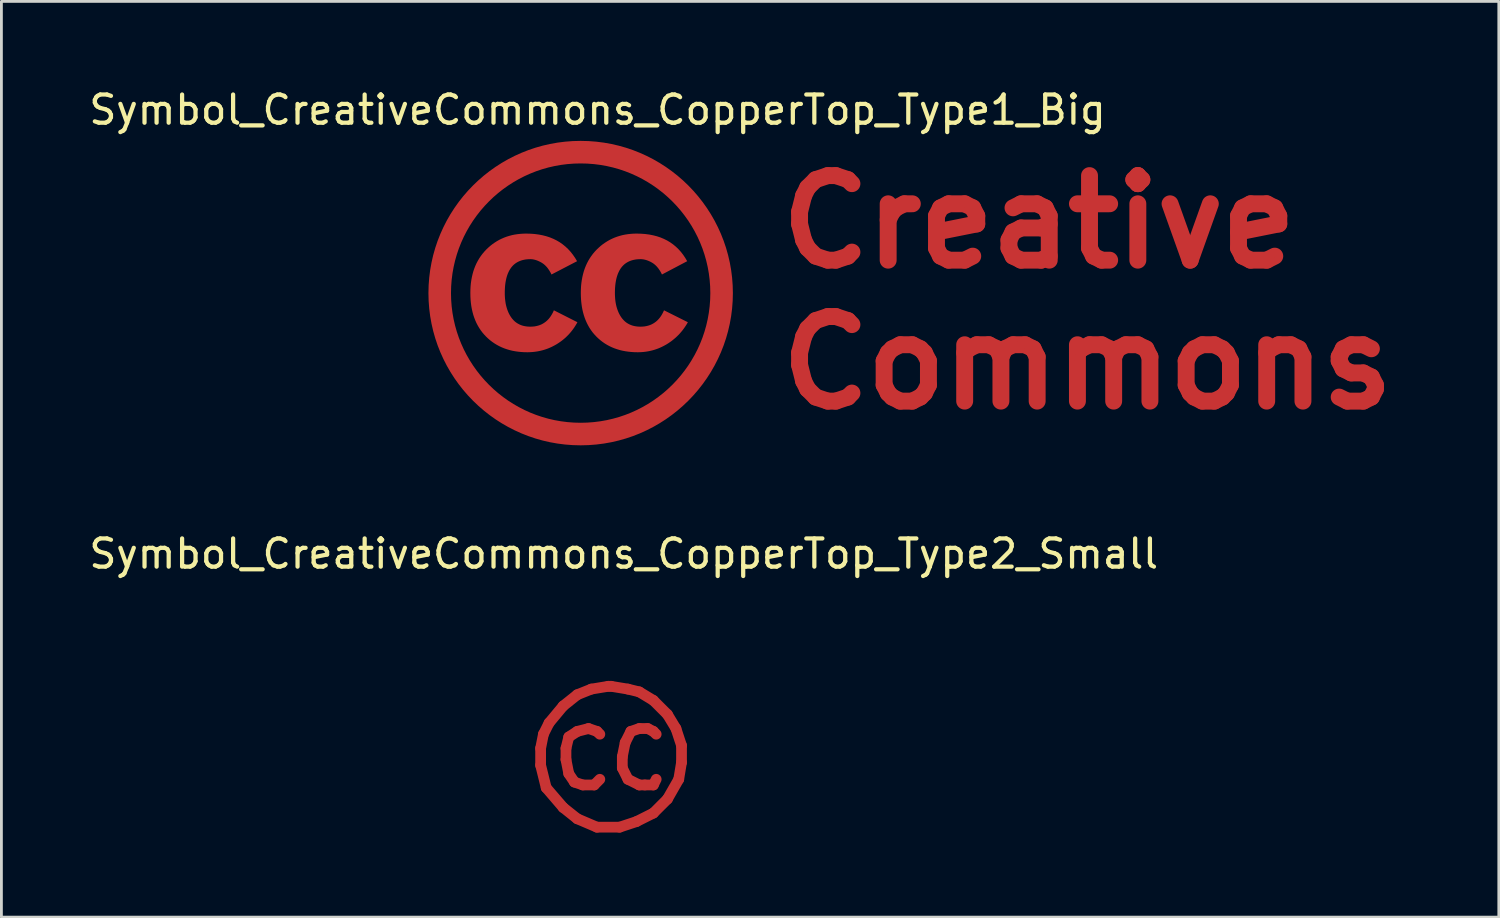
<source format=kicad_pcb>
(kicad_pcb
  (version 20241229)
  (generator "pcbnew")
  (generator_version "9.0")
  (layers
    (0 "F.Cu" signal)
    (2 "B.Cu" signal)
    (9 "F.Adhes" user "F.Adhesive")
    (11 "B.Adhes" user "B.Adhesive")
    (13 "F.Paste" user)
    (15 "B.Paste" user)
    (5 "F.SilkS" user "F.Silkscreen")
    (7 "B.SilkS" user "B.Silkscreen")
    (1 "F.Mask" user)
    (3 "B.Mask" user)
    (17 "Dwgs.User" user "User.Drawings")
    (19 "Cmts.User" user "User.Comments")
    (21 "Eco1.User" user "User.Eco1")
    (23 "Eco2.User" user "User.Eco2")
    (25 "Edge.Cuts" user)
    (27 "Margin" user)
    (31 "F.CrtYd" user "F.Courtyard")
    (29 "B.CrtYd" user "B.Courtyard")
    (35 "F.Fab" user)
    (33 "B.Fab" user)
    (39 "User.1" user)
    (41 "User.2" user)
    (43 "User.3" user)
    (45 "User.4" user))
  (footprint "Symbol_CreativeCommons_CopperTop_Type1_Big"
    (layer "F.Cu")
    (at 17.549 7.348)
    (property "Reference" "Symbol_CreativeCommons_CopperTop_Type1_Big" (at 0.599 -6.5 0) (layer "F.SilkS") (effects (font (size 1 1) (thickness 0.15))))
    (attr board_only exclude_from_pos_files exclude_from_bom allow_missing_courtyard)
    (fp_circle (center 0 0) (end 5 0) (stroke (width 0.8) (type default)) (fill no) (layer "F.Cu"))
    (fp_poly (pts (xy -1.775 -2.107) (xy -1.626 -2.096) (xy -1.483 -2.077) (xy -1.345 -2.05) (xy -1.213 -2.016) (xy -1.086 -1.974) (xy -0.965 -1.924) (xy -0.85 -1.867) (xy -0.74 -1.802) (xy -0.636 -1.729) (xy -0.537 -1.648) (xy -0.444 -1.56) (xy -0.357 -1.465) (xy -0.275 -1.361) (xy -0.198 -1.25) (xy -0.127 -1.132) (xy -0.127 -1.132) (xy -1.035 -0.66) (xy -1.053 -0.697) (xy -1.072 -0.733) (xy -1.092 -0.767) (xy -1.111 -0.8) (xy -1.132 -0.831) (xy -1.153 -0.861) (xy -1.174 -0.89) (xy -1.196 -0.917) (xy -1.219 -0.943) (xy -1.242 -0.967) (xy -1.266 -0.99) (xy -1.29 -1.011) (xy -1.314 -1.032) (xy -1.34 -1.05) (xy -1.365 -1.067) (xy -1.391 -1.083) (xy -1.418 -1.098) (xy -1.444 -1.112) (xy -1.47 -1.124) (xy -1.495 -1.136) (xy -1.521 -1.147) (xy -1.546 -1.157) (xy -1.571 -1.166) (xy -1.596 -1.174) (xy -1.62 -1.181) (xy -1.644 -1.187) (xy -1.668 -1.192) (xy -1.692 -1.197) (xy -1.715 -1.2) (xy -1.739 -1.202) (xy -1.762 -1.204) (xy -1.785 -1.204) (xy -1.84 -1.203) (xy -1.894 -1.199) (xy -1.947 -1.194) (xy -1.997 -1.185) (xy -2.046 -1.175) (xy -2.093 -1.162) (xy -2.138 -1.147) (xy -2.181 -1.129) (xy -2.223 -1.109) (xy -2.263 -1.087) (xy -2.301 -1.063) (xy -2.337 -1.036) (xy -2.372 -1.007) (xy -2.405 -0.975) (xy -2.436 -0.941) (xy -2.465 -0.905) (xy -2.492 -0.866) (xy -2.518 -0.825) (xy -2.542 -0.782) (xy -2.564 -0.736) (xy -2.585 -0.689) (xy -2.603 -0.638) (xy -2.62 -0.586) (xy -2.635 -0.531) (xy -2.648 -0.473) (xy -2.66 -0.414) (xy -2.67 -0.352) (xy -2.678 -0.287) (xy -2.684 -0.221) (xy -2.688 -0.152) (xy -2.691 -0.08) (xy -2.692 -0.007) (xy -2.691 0.06) (xy -2.688 0.126) (xy -2.684 0.19) (xy -2.677 0.252) (xy -2.669 0.312) (xy -2.66 0.371) (xy -2.648 0.428) (xy -2.634 0.483) (xy -2.619 0.536) (xy -2.602 0.588) (xy -2.583 0.638) (xy -2.563 0.687) (xy -2.54 0.734) (xy -2.516 0.779) (xy -2.49 0.822) (xy -2.462 0.864) (xy -2.433 0.903) (xy -2.401 0.94) (xy -2.368 0.975) (xy -2.334 1.007) (xy -2.316 1.022) (xy -2.297 1.036) (xy -2.278 1.05) (xy -2.259 1.063) (xy -2.239 1.075) (xy -2.219 1.087) (xy -2.199 1.098) (xy -2.178 1.109) (xy -2.135 1.128) (xy -2.09 1.145) (xy -2.043 1.159) (xy -1.995 1.17) (xy -1.945 1.179) (xy -1.893 1.186) (xy -1.84 1.189) (xy -1.785 1.191) (xy -1.712 1.188) (xy -1.642 1.182) (xy -1.575 1.17) (xy -1.51 1.154) (xy -1.448 1.134) (xy -1.389 1.109) (xy -1.333 1.079) (xy -1.28 1.045) (xy -1.229 1.007) (xy -1.181 0.964) (xy -1.135 0.916) (xy -1.093 0.864) (xy -1.053 0.807) (xy -1.016 0.746) (xy -0.981 0.68) (xy -0.95 0.61) (xy -0.115 1.033) (xy -0.149 1.095) (xy -0.185 1.154) (xy -0.222 1.212) (xy -0.261 1.268) (xy -0.302 1.323) (xy -0.344 1.376) (xy -0.388 1.427) (xy -0.433 1.477) (xy -0.48 1.524) (xy -0.528 1.571) (xy -0.578 1.615) (xy -0.63 1.658) (xy -0.684 1.7) (xy -0.739 1.739) (xy -0.795 1.777) (xy -0.853 1.814) (xy -0.913 1.848) (xy -0.973 1.88) (xy -1.033 1.91) (xy -1.095 1.938) (xy -1.157 1.964) (xy -1.22 1.987) (xy -1.284 2.008) (xy -1.349 2.027) (xy -1.414 2.043) (xy -1.481 2.058) (xy -1.547 2.07) (xy -1.615 2.08) (xy -1.684 2.088) (xy -1.753 2.093) (xy -1.823 2.097) (xy -1.893 2.098) (xy -2.005 2.096) (xy -2.115 2.089) (xy -2.221 2.078) (xy -2.325 2.063) (xy -2.426 2.044) (xy -2.524 2.02) (xy -2.62 1.991) (xy -2.713 1.959) (xy -2.803 1.922) (xy -2.89 1.881) (xy -2.975 1.835) (xy -3.057 1.785) (xy -3.136 1.731) (xy -3.213 1.672) (xy -3.286 1.609) (xy -3.357 1.541) (xy -3.424 1.47) (xy -3.487 1.396) (xy -3.546 1.317) (xy -3.6 1.236) (xy -3.65 1.151) (xy -3.696 1.063) (xy -3.737 0.971) (xy -3.774 0.876) (xy -3.807 0.778) (xy -3.835 0.676) (xy -3.859 0.571) (xy -3.879 0.462) (xy -3.894 0.35) (xy -3.905 0.235) (xy -3.911 0.116) (xy -3.913 -0.007) (xy -3.911 -0.126) (xy -3.905 -0.242) (xy -3.894 -0.355) (xy -3.878 -0.465) (xy -3.858 -0.572) (xy -3.834 -0.676) (xy -3.806 -0.777) (xy -3.773 -0.874) (xy -3.735 -0.969) (xy -3.694 -1.06) (xy -3.647 -1.148) (xy -3.597 -1.233) (xy -3.542 -1.315) (xy -3.483 -1.394) (xy -3.419 -1.47) (xy -3.351 -1.543) (xy -3.28 -1.611) (xy -3.206 -1.676) (xy -3.13 -1.736) (xy -3.051 -1.791) (xy -2.971 -1.842) (xy -2.888 -1.889) (xy -2.802 -1.931) (xy -2.714 -1.969) (xy -2.625 -2.002) (xy -2.532 -2.031) (xy -2.438 -2.056) (xy -2.341 -2.076) (xy -2.241 -2.091) (xy -2.14 -2.102) (xy -2.036 -2.109) (xy -1.93 -2.111)) (stroke (width 0) (type solid)) (fill yes) (layer "F.Cu"))
    (fp_poly (pts (xy 2.144 -2.107) (xy 2.292 -2.096) (xy 2.435 -2.077) (xy 2.573 -2.05) (xy 2.705 -2.016) (xy 2.831 -1.974) (xy 2.951 -1.924) (xy 3.066 -1.867) (xy 3.175 -1.802) (xy 3.278 -1.729) (xy 3.376 -1.648) (xy 3.468 -1.56) (xy 3.554 -1.465) (xy 3.635 -1.361) (xy 3.71 -1.25) (xy 3.779 -1.132) (xy 3.779 -1.132) (xy 2.884 -0.66) (xy 2.866 -0.697) (xy 2.847 -0.733) (xy 2.828 -0.767) (xy 2.808 -0.8) (xy 2.787 -0.831) (xy 2.766 -0.861) (xy 2.745 -0.89) (xy 2.722 -0.917) (xy 2.7 -0.943) (xy 2.677 -0.967) (xy 2.653 -0.99) (xy 2.629 -1.011) (xy 2.604 -1.032) (xy 2.579 -1.05) (xy 2.554 -1.067) (xy 2.527 -1.083) (xy 2.501 -1.098) (xy 2.475 -1.112) (xy 2.449 -1.124) (xy 2.423 -1.136) (xy 2.397 -1.147) (xy 2.371 -1.157) (xy 2.345 -1.166) (xy 2.32 -1.174) (xy 2.295 -1.181) (xy 2.27 -1.187) (xy 2.245 -1.192) (xy 2.22 -1.197) (xy 2.195 -1.2) (xy 2.171 -1.202) (xy 2.146 -1.204) (xy 2.122 -1.204) (xy 2.067 -1.203) (xy 2.012 -1.199) (xy 1.96 -1.194) (xy 1.91 -1.185) (xy 1.861 -1.175) (xy 1.814 -1.162) (xy 1.769 -1.147) (xy 1.725 -1.129) (xy 1.684 -1.109) (xy 1.644 -1.087) (xy 1.606 -1.063) (xy 1.569 -1.036) (xy 1.535 -1.007) (xy 1.502 -0.975) (xy 1.471 -0.941) (xy 1.442 -0.905) (xy 1.414 -0.866) (xy 1.389 -0.825) (xy 1.365 -0.782) (xy 1.343 -0.736) (xy 1.322 -0.689) (xy 1.304 -0.638) (xy 1.287 -0.586) (xy 1.272 -0.531) (xy 1.258 -0.473) (xy 1.247 -0.414) (xy 1.237 -0.352) (xy 1.229 -0.287) (xy 1.223 -0.221) (xy 1.218 -0.152) (xy 1.216 -0.08) (xy 1.215 -0.007) (xy 1.216 0.06) (xy 1.219 0.126) (xy 1.223 0.19) (xy 1.229 0.252) (xy 1.237 0.312) (xy 1.247 0.371) (xy 1.259 0.428) (xy 1.272 0.483) (xy 1.288 0.536) (xy 1.305 0.588) (xy 1.324 0.638) (xy 1.344 0.687) (xy 1.367 0.734) (xy 1.391 0.779) (xy 1.417 0.822) (xy 1.445 0.864) (xy 1.474 0.903) (xy 1.506 0.94) (xy 1.539 0.975) (xy 1.556 0.991) (xy 1.573 1.007) (xy 1.591 1.022) (xy 1.61 1.036) (xy 1.628 1.05) (xy 1.648 1.063) (xy 1.667 1.075) (xy 1.687 1.087) (xy 1.708 1.098) (xy 1.729 1.109) (xy 1.772 1.128) (xy 1.817 1.145) (xy 1.864 1.159) (xy 1.912 1.17) (xy 1.962 1.179) (xy 2.014 1.186) (xy 2.067 1.189) (xy 2.122 1.191) (xy 2.195 1.188) (xy 2.265 1.182) (xy 2.332 1.17) (xy 2.397 1.154) (xy 2.458 1.134) (xy 2.517 1.109) (xy 2.574 1.079) (xy 2.627 1.045) (xy 2.678 1.007) (xy 2.726 0.964) (xy 2.771 0.916) (xy 2.814 0.864) (xy 2.854 0.807) (xy 2.891 0.746) (xy 2.925 0.68) (xy 2.957 0.61) (xy 3.803 1.033) (xy 3.768 1.095) (xy 3.731 1.154) (xy 3.692 1.212) (xy 3.652 1.268) (xy 3.611 1.323) (xy 3.567 1.376) (xy 3.523 1.427) (xy 3.477 1.477) (xy 3.429 1.524) (xy 3.38 1.571) (xy 3.329 1.615) (xy 3.277 1.658) (xy 3.224 1.7) (xy 3.168 1.739) (xy 3.112 1.777) (xy 3.054 1.814) (xy 2.994 1.848) (xy 2.934 1.88) (xy 2.874 1.91) (xy 2.812 1.938) (xy 2.751 1.964) (xy 2.688 1.987) (xy 2.625 2.008) (xy 2.561 2.027) (xy 2.496 2.043) (xy 2.431 2.058) (xy 2.365 2.07) (xy 2.298 2.08) (xy 2.231 2.088) (xy 2.163 2.093) (xy 2.095 2.097) (xy 2.026 2.098) (xy 1.912 2.096) (xy 1.802 2.089) (xy 1.694 2.078) (xy 1.589 2.063) (xy 1.487 2.044) (xy 1.388 2.02) (xy 1.292 1.991) (xy 1.199 1.959) (xy 1.108 1.922) (xy 1.021 1.881) (xy 0.936 1.835) (xy 0.854 1.785) (xy 0.776 1.731) (xy 0.7 1.672) (xy 0.627 1.609) (xy 0.556 1.541) (xy 0.49 1.47) (xy 0.427 1.396) (xy 0.369 1.317) (xy 0.315 1.236) (xy 0.266 1.151) (xy 0.221 1.063) (xy 0.18 0.971) (xy 0.143 0.876) (xy 0.111 0.778) (xy 0.083 0.676) (xy 0.059 0.571) (xy 0.04 0.462) (xy 0.025 0.35) (xy 0.014 0.235) (xy 0.008 0.116) (xy 0.006 -0.007) (xy 0.008 -0.126) (xy 0.014 -0.242) (xy 0.025 -0.355) (xy 0.041 -0.465) (xy 0.061 -0.572) (xy 0.085 -0.676) (xy 0.113 -0.777) (xy 0.146 -0.874) (xy 0.184 -0.969) (xy 0.225 -1.06) (xy 0.271 -1.148) (xy 0.322 -1.233) (xy 0.377 -1.315) (xy 0.436 -1.394) (xy 0.5 -1.47) (xy 0.568 -1.543) (xy 0.64 -1.611) (xy 0.713 -1.676) (xy 0.789 -1.736) (xy 0.868 -1.791) (xy 0.949 -1.842) (xy 1.032 -1.889) (xy 1.117 -1.931) (xy 1.205 -1.969) (xy 1.294 -2.002) (xy 1.387 -2.031) (xy 1.481 -2.056) (xy 1.578 -2.076) (xy 1.678 -2.091) (xy 1.779 -2.102) (xy 1.883 -2.109) (xy 1.989 -2.111)) (stroke (width 0) (type solid)) (fill yes) (layer "F.Cu"))
    (fp_text user "Creative" (at 6.8 -2.525 0) (unlocked yes) (layer "F.Cu") (effects (font (size 3 3) (thickness 0.6) (bold yes)) (justify left)))
    (fp_text user "Commons" (at 6.8 2.475 0) (unlocked yes) (layer "F.Cu") (effects (font (size 3 3) (thickness 0.6) (bold yes)) (justify left))))
  (footprint "Symbol_CreativeCommons_CopperTop_Type2_Small"
    (layer "F.Cu")
    (at 18.478 23.896)
    (property "Reference" "Symbol_CreativeCommons_CopperTop_Type2_Small" (at 0.599 -7.3 0) (layer "F.SilkS") (effects (font (size 1 1) (thickness 0.15))))
    (attr exclude_from_pos_files exclude_from_bom)
    (fp_line (start -2.349 -0.4) (end -2.349 0.2) (stroke (width 0.381) (type solid)) (layer "F.Cu"))
    (fp_line (start -2.349 0.2) (end -2.151 1) (stroke (width 0.381) (type solid)) (layer "F.Cu"))
    (fp_line (start -2.25 -0.9) (end -2.349 -0.4) (stroke (width 0.381) (type solid)) (layer "F.Cu"))
    (fp_line (start -2.151 1) (end -1.549 1.701) (stroke (width 0.381) (type solid)) (layer "F.Cu"))
    (fp_line (start -2.05 -1.299) (end -2.25 -0.9) (stroke (width 0.381) (type solid)) (layer "F.Cu"))
    (fp_line (start -1.549 -1.901) (end -2.05 -1.299) (stroke (width 0.381) (type solid)) (layer "F.Cu"))
    (fp_line (start -1.549 1.701) (end -1.049 2.1) (stroke (width 0.381) (type solid)) (layer "F.Cu"))
    (fp_line (start -1.45 -0.4) (end -1.45 -0.001) (stroke (width 0.381) (type solid)) (layer "F.Cu"))
    (fp_line (start -1.45 -0.001) (end -1.351 0.499) (stroke (width 0.381) (type solid)) (layer "F.Cu"))
    (fp_line (start -1.351 -0.801) (end -1.45 -0.4) (stroke (width 0.381) (type solid)) (layer "F.Cu"))
    (fp_line (start -1.351 0.499) (end -1.15 0.799) (stroke (width 0.381) (type solid)) (layer "F.Cu"))
    (fp_line (start -1.15 0.799) (end -0.851 0.901) (stroke (width 0.381) (type solid)) (layer "F.Cu"))
    (fp_line (start -1.049 -2.3) (end -1.549 -1.901) (stroke (width 0.381) (type solid)) (layer "F.Cu"))
    (fp_line (start -1.049 -0.999) (end -1.351 -0.801) (stroke (width 0.381) (type solid)) (layer "F.Cu"))
    (fp_line (start -1.049 2.1) (end -0.35 2.399) (stroke (width 0.381) (type solid)) (layer "F.Cu"))
    (fp_line (start -0.851 0.901) (end -0.449 0.901) (stroke (width 0.381) (type solid)) (layer "F.Cu"))
    (fp_line (start -0.65 -1.101) (end -1.049 -0.999) (stroke (width 0.381) (type solid)) (layer "F.Cu"))
    (fp_line (start -0.551 -2.5) (end -1.049 -2.3) (stroke (width 0.381) (type solid)) (layer "F.Cu"))
    (fp_line (start -0.449 0.901) (end -0.249 0.7) (stroke (width 0.381) (type solid)) (layer "F.Cu"))
    (fp_line (start -0.35 -0.999) (end -0.65 -1.101) (stroke (width 0.381) (type solid)) (layer "F.Cu"))
    (fp_line (start -0.35 2.399) (end 0.45 2.399) (stroke (width 0.381) (type solid)) (layer "F.Cu"))
    (fp_line (start -0.249 -0.9) (end -0.35 -0.999) (stroke (width 0.381) (type solid)) (layer "F.Cu"))
    (fp_line (start 0.051 -2.599) (end -0.551 -2.5) (stroke (width 0.381) (type solid)) (layer "F.Cu"))
    (fp_line (start 0.15 -2.599) (end 0.051 -2.599) (stroke (width 0.381) (type solid)) (layer "F.Cu"))
    (fp_line (start 0.45 2.399) (end 1.049 2.201) (stroke (width 0.381) (type solid)) (layer "F.Cu"))
    (fp_line (start 0.549 -0.1) (end 0.549 0.299) (stroke (width 0.381) (type solid)) (layer "F.Cu"))
    (fp_line (start 0.549 0.299) (end 0.749 0.7) (stroke (width 0.381) (type solid)) (layer "F.Cu"))
    (fp_line (start 0.65 -0.6) (end 0.549 -0.1) (stroke (width 0.381) (type solid)) (layer "F.Cu"))
    (fp_line (start 0.749 -2.5) (end 0.15 -2.599) (stroke (width 0.381) (type solid)) (layer "F.Cu"))
    (fp_line (start 0.749 0.7) (end 1.151 0.901) (stroke (width 0.381) (type solid)) (layer "F.Cu"))
    (fp_line (start 0.851 -0.999) (end 0.65 -0.6) (stroke (width 0.381) (type solid)) (layer "F.Cu"))
    (fp_line (start 1.049 2.201) (end 1.651 1.899) (stroke (width 0.381) (type solid)) (layer "F.Cu"))
    (fp_line (start 1.151 -2.401) (end 0.749 -2.5) (stroke (width 0.381) (type solid)) (layer "F.Cu"))
    (fp_line (start 1.151 -1.101) (end 0.851 -0.999) (stroke (width 0.381) (type solid)) (layer "F.Cu"))
    (fp_line (start 1.151 0.901) (end 1.349 0.901) (stroke (width 0.381) (type solid)) (layer "F.Cu"))
    (fp_line (start 1.349 0.901) (end 1.651 0.901) (stroke (width 0.381) (type solid)) (layer "F.Cu"))
    (fp_line (start 1.45 -1.101) (end 1.151 -1.101) (stroke (width 0.381) (type solid)) (layer "F.Cu"))
    (fp_line (start 1.651 -2.099) (end 1.151 -2.401) (stroke (width 0.381) (type solid)) (layer "F.Cu"))
    (fp_line (start 1.651 -0.999) (end 1.45 -1.101) (stroke (width 0.381) (type solid)) (layer "F.Cu"))
    (fp_line (start 1.651 0.901) (end 1.75 0.7) (stroke (width 0.381) (type solid)) (layer "F.Cu"))
    (fp_line (start 1.651 1.899) (end 2.149 1.401) (stroke (width 0.381) (type solid)) (layer "F.Cu"))
    (fp_line (start 1.75 -0.9) (end 1.651 -0.999) (stroke (width 0.381) (type solid)) (layer "F.Cu"))
    (fp_line (start 2.149 -1.601) (end 1.651 -2.099) (stroke (width 0.381) (type solid)) (layer "F.Cu"))
    (fp_line (start 2.149 1.401) (end 2.55 0.7) (stroke (width 0.381) (type solid)) (layer "F.Cu"))
    (fp_line (start 2.451 -1.101) (end 2.149 -1.601) (stroke (width 0.381) (type solid)) (layer "F.Cu"))
    (fp_line (start 2.55 0.7) (end 2.649 0.101) (stroke (width 0.381) (type solid)) (layer "F.Cu"))
    (fp_line (start 2.649 -0.499) (end 2.451 -1.101) (stroke (width 0.381) (type solid)) (layer "F.Cu"))
    (fp_line (start 2.649 0.101) (end 2.649 -0.499) (stroke (width 0.381) (type solid)) (layer "F.Cu")))
  (gr_rect
    (start -3 -3)
    (end 50.121 29.486)
    (stroke (width 0.1) (type default))
    (fill no)
    (layer "Edge.Cuts")))
</source>
